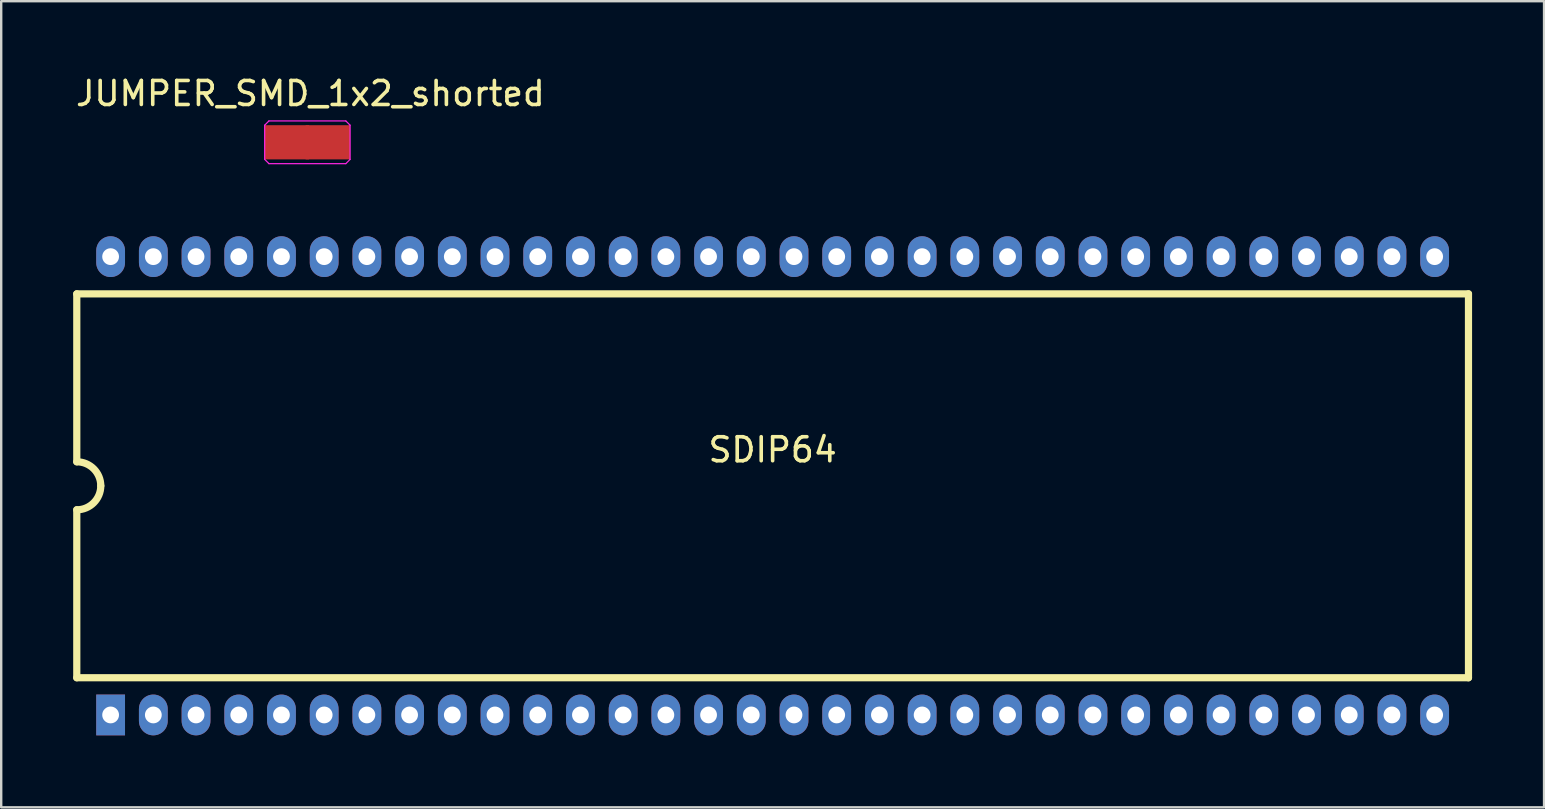
<source format=kicad_pcb>
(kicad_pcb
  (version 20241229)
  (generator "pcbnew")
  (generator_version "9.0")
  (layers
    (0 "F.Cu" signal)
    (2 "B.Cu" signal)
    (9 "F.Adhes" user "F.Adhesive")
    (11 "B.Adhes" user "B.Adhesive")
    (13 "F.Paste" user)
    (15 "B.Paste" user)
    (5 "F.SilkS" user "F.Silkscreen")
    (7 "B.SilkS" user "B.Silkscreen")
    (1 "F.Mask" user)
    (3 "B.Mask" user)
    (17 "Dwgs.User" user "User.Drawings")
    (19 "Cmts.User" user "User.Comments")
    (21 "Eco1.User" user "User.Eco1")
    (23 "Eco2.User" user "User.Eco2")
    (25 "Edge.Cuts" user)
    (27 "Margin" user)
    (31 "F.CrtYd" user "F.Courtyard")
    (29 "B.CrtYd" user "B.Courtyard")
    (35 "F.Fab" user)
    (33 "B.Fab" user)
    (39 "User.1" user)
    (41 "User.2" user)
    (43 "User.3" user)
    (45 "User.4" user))
  (footprint "JUMPER_SMD_1x2_shorted"
    (layer "F.Cu")
    (at 9.76 2.88)
    (property "Reference" "JUMPER_SMD_1x2_shorted" (at 0.127 -2.032 180) (layer "F.SilkS") (effects (font (size 1 1) (thickness 0.15))))
    (attr exclude_from_pos_files exclude_from_bom)
    (fp_line (start -1.78 -0.712) (end -1.602 -0.89) (stroke (width 0.05) (type solid)) (layer "F.CrtYd"))
    (fp_line (start -1.78 0.712) (end -1.78 -0.712) (stroke (width 0.05) (type solid)) (layer "F.CrtYd"))
    (fp_line (start -1.602 -0.89) (end 1.602 -0.89) (stroke (width 0.05) (type solid)) (layer "F.CrtYd"))
    (fp_line (start -1.602 0.89) (end -1.78 0.712) (stroke (width 0.05) (type solid)) (layer "F.CrtYd"))
    (fp_line (start 1.602 -0.89) (end 1.78 -0.712) (stroke (width 0.05) (type solid)) (layer "F.CrtYd"))
    (fp_line (start 1.602 0.89) (end -1.602 0.89) (stroke (width 0.05) (type solid)) (layer "F.CrtYd"))
    (fp_line (start 1.78 -0.712) (end 1.78 0.712) (stroke (width 0.05) (type solid)) (layer "F.CrtYd"))
    (fp_line (start 1.78 0.712) (end 1.602 0.89) (stroke (width 0.05) (type solid)) (layer "F.CrtYd"))
    (pad "1" smd rect (at -0.854 0) (size 1.852 1.424) (layers "F.Cu" "F.Mask" "F.Paste"))
    (pad "2" smd rect (at 0.854 0) (size 1.852 1.424) (layers "F.Cu" "F.Mask" "F.Paste")))
  (footprint "SDIP64"
    (layer "F.Cu")
    (at 29.15 17.196)
    (property "Reference" "SDIP64" (at 0 -1.5 0) (layer "F.SilkS") (effects (font (size 1 1) (thickness 0.15))))
    (attr through_hole)
    (fp_line (start -29 -8) (end -29 -1) (stroke (width 0.3) (type solid)) (layer "F.SilkS"))
    (fp_line (start -29 1) (end -29 8) (stroke (width 0.3) (type solid)) (layer "F.SilkS"))
    (fp_line (start -29 8) (end 29 8) (stroke (width 0.3) (type solid)) (layer "F.SilkS"))
    (fp_line (start 29 -8) (end -29 -8) (stroke (width 0.3) (type solid)) (layer "F.SilkS"))
    (fp_line (start 29 8) (end 29 -8) (stroke (width 0.3) (type solid)) (layer "F.SilkS"))
    (fp_arc (start -29 -1) (mid -28.292893 -0.707107) (end -28 0) (stroke (width 0.3) (type solid)) (layer "F.SilkS"))
    (fp_arc (start -28 0) (mid -28.292893 0.707107) (end -29 1) (stroke (width 0.3) (type solid)) (layer "F.SilkS"))
    (pad "1" thru_hole rect (at -27.59 9.55) (size 1.2 1.7) (drill 0.7) (layers "*.Cu" "*.Mask"))
    (pad "2" thru_hole oval (at -25.81 9.55) (size 1.2 1.7) (drill 0.7) (layers "*.Cu" "*.Mask"))
    (pad "3" thru_hole oval (at -24.03 9.55) (size 1.2 1.7) (drill 0.7) (layers "*.Cu" "*.Mask"))
    (pad "4" thru_hole oval (at -22.25 9.55) (size 1.2 1.7) (drill 0.7) (layers "*.Cu" "*.Mask"))
    (pad "5" thru_hole oval (at -20.47 9.55) (size 1.2 1.7) (drill 0.7) (layers "*.Cu" "*.Mask"))
    (pad "6" thru_hole oval (at -18.69 9.55) (size 1.2 1.7) (drill 0.7) (layers "*.Cu" "*.Mask"))
    (pad "7" thru_hole oval (at -16.91 9.55) (size 1.2 1.7) (drill 0.7) (layers "*.Cu" "*.Mask"))
    (pad "8" thru_hole oval (at -15.13 9.55) (size 1.2 1.7) (drill 0.7) (layers "*.Cu" "*.Mask"))
    (pad "9" thru_hole oval (at -13.35 9.55) (size 1.2 1.7) (drill 0.7) (layers "*.Cu" "*.Mask"))
    (pad "10" thru_hole oval (at -11.57 9.55) (size 1.2 1.7) (drill 0.7) (layers "*.Cu" "*.Mask"))
    (pad "11" thru_hole oval (at -9.79 9.55) (size 1.2 1.7) (drill 0.7) (layers "*.Cu" "*.Mask"))
    (pad "12" thru_hole oval (at -8.01 9.55) (size 1.2 1.7) (drill 0.7) (layers "*.Cu" "*.Mask"))
    (pad "13" thru_hole oval (at -6.23 9.55) (size 1.2 1.7) (drill 0.7) (layers "*.Cu" "*.Mask"))
    (pad "14" thru_hole oval (at -4.45 9.55) (size 1.2 1.7) (drill 0.7) (layers "*.Cu" "*.Mask"))
    (pad "15" thru_hole oval (at -2.67 9.55) (size 1.2 1.7) (drill 0.7) (layers "*.Cu" "*.Mask"))
    (pad "16" thru_hole oval (at -0.89 9.55) (size 1.2 1.7) (drill 0.7) (layers "*.Cu" "*.Mask"))
    (pad "17" thru_hole oval (at 0.89 9.55) (size 1.2 1.7) (drill 0.7) (layers "*.Cu" "*.Mask"))
    (pad "18" thru_hole oval (at 2.67 9.55) (size 1.2 1.7) (drill 0.7) (layers "*.Cu" "*.Mask"))
    (pad "19" thru_hole oval (at 4.45 9.55) (size 1.2 1.7) (drill 0.7) (layers "*.Cu" "*.Mask"))
    (pad "20" thru_hole oval (at 6.23 9.55) (size 1.2 1.7) (drill 0.7) (layers "*.Cu" "*.Mask"))
    (pad "21" thru_hole oval (at 8.01 9.55) (size 1.2 1.7) (drill 0.7) (layers "*.Cu" "*.Mask"))
    (pad "22" thru_hole oval (at 9.79 9.55) (size 1.2 1.7) (drill 0.7) (layers "*.Cu" "*.Mask"))
    (pad "23" thru_hole oval (at 11.57 9.55) (size 1.2 1.7) (drill 0.7) (layers "*.Cu" "*.Mask"))
    (pad "24" thru_hole oval (at 13.35 9.55) (size 1.2 1.7) (drill 0.7) (layers "*.Cu" "*.Mask"))
    (pad "25" thru_hole oval (at 15.13 9.55) (size 1.2 1.7) (drill 0.7) (layers "*.Cu" "*.Mask"))
    (pad "26" thru_hole oval (at 16.91 9.55) (size 1.2 1.7) (drill 0.7) (layers "*.Cu" "*.Mask"))
    (pad "27" thru_hole oval (at 18.69 9.55) (size 1.2 1.7) (drill 0.7) (layers "*.Cu" "*.Mask"))
    (pad "28" thru_hole oval (at 20.47 9.55) (size 1.2 1.7) (drill 0.7) (layers "*.Cu" "*.Mask"))
    (pad "29" thru_hole oval (at 22.25 9.55) (size 1.2 1.7) (drill 0.7) (layers "*.Cu" "*.Mask"))
    (pad "30" thru_hole oval (at 24.03 9.55) (size 1.2 1.7) (drill 0.7) (layers "*.Cu" "*.Mask"))
    (pad "31" thru_hole oval (at 25.81 9.55) (size 1.2 1.7) (drill 0.7) (layers "*.Cu" "*.Mask"))
    (pad "32" thru_hole oval (at 27.59 9.55) (size 1.2 1.7) (drill 0.7) (layers "*.Cu" "*.Mask"))
    (pad "33" thru_hole oval (at 27.59 -9.55) (size 1.2 1.7) (drill 0.7) (layers "*.Cu" "*.Mask"))
    (pad "34" thru_hole oval (at 25.81 -9.55) (size 1.2 1.7) (drill 0.7) (layers "*.Cu" "*.Mask"))
    (pad "35" thru_hole oval (at 24.03 -9.55) (size 1.2 1.7) (drill 0.7) (layers "*.Cu" "*.Mask"))
    (pad "36" thru_hole oval (at 22.25 -9.55) (size 1.2 1.7) (drill 0.7) (layers "*.Cu" "*.Mask"))
    (pad "37" thru_hole oval (at 20.47 -9.55) (size 1.2 1.7) (drill 0.7) (layers "*.Cu" "*.Mask"))
    (pad "38" thru_hole oval (at 18.69 -9.55) (size 1.2 1.7) (drill 0.7) (layers "*.Cu" "*.Mask"))
    (pad "39" thru_hole oval (at 16.91 -9.55) (size 1.2 1.7) (drill 0.7) (layers "*.Cu" "*.Mask"))
    (pad "40" thru_hole oval (at 15.13 -9.55) (size 1.2 1.7) (drill 0.7) (layers "*.Cu" "*.Mask"))
    (pad "41" thru_hole oval (at 13.35 -9.55) (size 1.2 1.7) (drill 0.7) (layers "*.Cu" "*.Mask"))
    (pad "42" thru_hole oval (at 11.57 -9.55) (size 1.2 1.7) (drill 0.7) (layers "*.Cu" "*.Mask"))
    (pad "43" thru_hole oval (at 9.79 -9.55) (size 1.2 1.7) (drill 0.7) (layers "*.Cu" "*.Mask"))
    (pad "44" thru_hole oval (at 8.01 -9.55) (size 1.2 1.7) (drill 0.7) (layers "*.Cu" "*.Mask"))
    (pad "45" thru_hole oval (at 6.23 -9.55) (size 1.2 1.7) (drill 0.7) (layers "*.Cu" "*.Mask"))
    (pad "46" thru_hole oval (at 4.45 -9.55) (size 1.2 1.7) (drill 0.7) (layers "*.Cu" "*.Mask"))
    (pad "47" thru_hole oval (at 2.67 -9.55) (size 1.2 1.7) (drill 0.7) (layers "*.Cu" "*.Mask"))
    (pad "48" thru_hole oval (at 0.89 -9.55) (size 1.2 1.7) (drill 0.7) (layers "*.Cu" "*.Mask"))
    (pad "49" thru_hole oval (at -0.89 -9.55) (size 1.2 1.7) (drill 0.7) (layers "*.Cu" "*.Mask"))
    (pad "50" thru_hole oval (at -2.67 -9.55) (size 1.2 1.7) (drill 0.7) (layers "*.Cu" "*.Mask"))
    (pad "51" thru_hole oval (at -4.45 -9.55) (size 1.2 1.7) (drill 0.7) (layers "*.Cu" "*.Mask"))
    (pad "52" thru_hole oval (at -6.23 -9.55) (size 1.2 1.7) (drill 0.7) (layers "*.Cu" "*.Mask"))
    (pad "53" thru_hole oval (at -8.01 -9.55) (size 1.2 1.7) (drill 0.7) (layers "*.Cu" "*.Mask"))
    (pad "54" thru_hole oval (at -9.79 -9.55) (size 1.2 1.7) (drill 0.7) (layers "*.Cu" "*.Mask"))
    (pad "55" thru_hole oval (at -11.57 -9.55) (size 1.2 1.7) (drill 0.7) (layers "*.Cu" "*.Mask"))
    (pad "56" thru_hole oval (at -13.35 -9.55) (size 1.2 1.7) (drill 0.7) (layers "*.Cu" "*.Mask"))
    (pad "57" thru_hole oval (at -15.13 -9.55) (size 1.2 1.7) (drill 0.7) (layers "*.Cu" "*.Mask"))
    (pad "58" thru_hole oval (at -16.91 -9.55) (size 1.2 1.7) (drill 0.7) (layers "*.Cu" "*.Mask"))
    (pad "59" thru_hole oval (at -18.69 -9.55) (size 1.2 1.7) (drill 0.7) (layers "*.Cu" "*.Mask"))
    (pad "60" thru_hole oval (at -20.47 -9.55) (size 1.2 1.7) (drill 0.7) (layers "*.Cu" "*.Mask"))
    (pad "61" thru_hole oval (at -22.25 -9.55) (size 1.2 1.7) (drill 0.7) (layers "*.Cu" "*.Mask"))
    (pad "62" thru_hole oval (at -24.03 -9.55) (size 1.2 1.7) (drill 0.7) (layers "*.Cu" "*.Mask"))
    (pad "63" thru_hole oval (at -25.81 -9.55) (size 1.2 1.7) (drill 0.7) (layers "*.Cu" "*.Mask"))
    (pad "64" thru_hole oval (at -27.59 -9.55) (size 1.2 1.7) (drill 0.7) (layers "*.Cu" "*.Mask")))
  (gr_rect
    (start -3 -3)
    (end 61.3 30.596)
    (stroke (width 0.1) (type default))
    (fill no)
    (layer "Edge.Cuts")))
</source>
